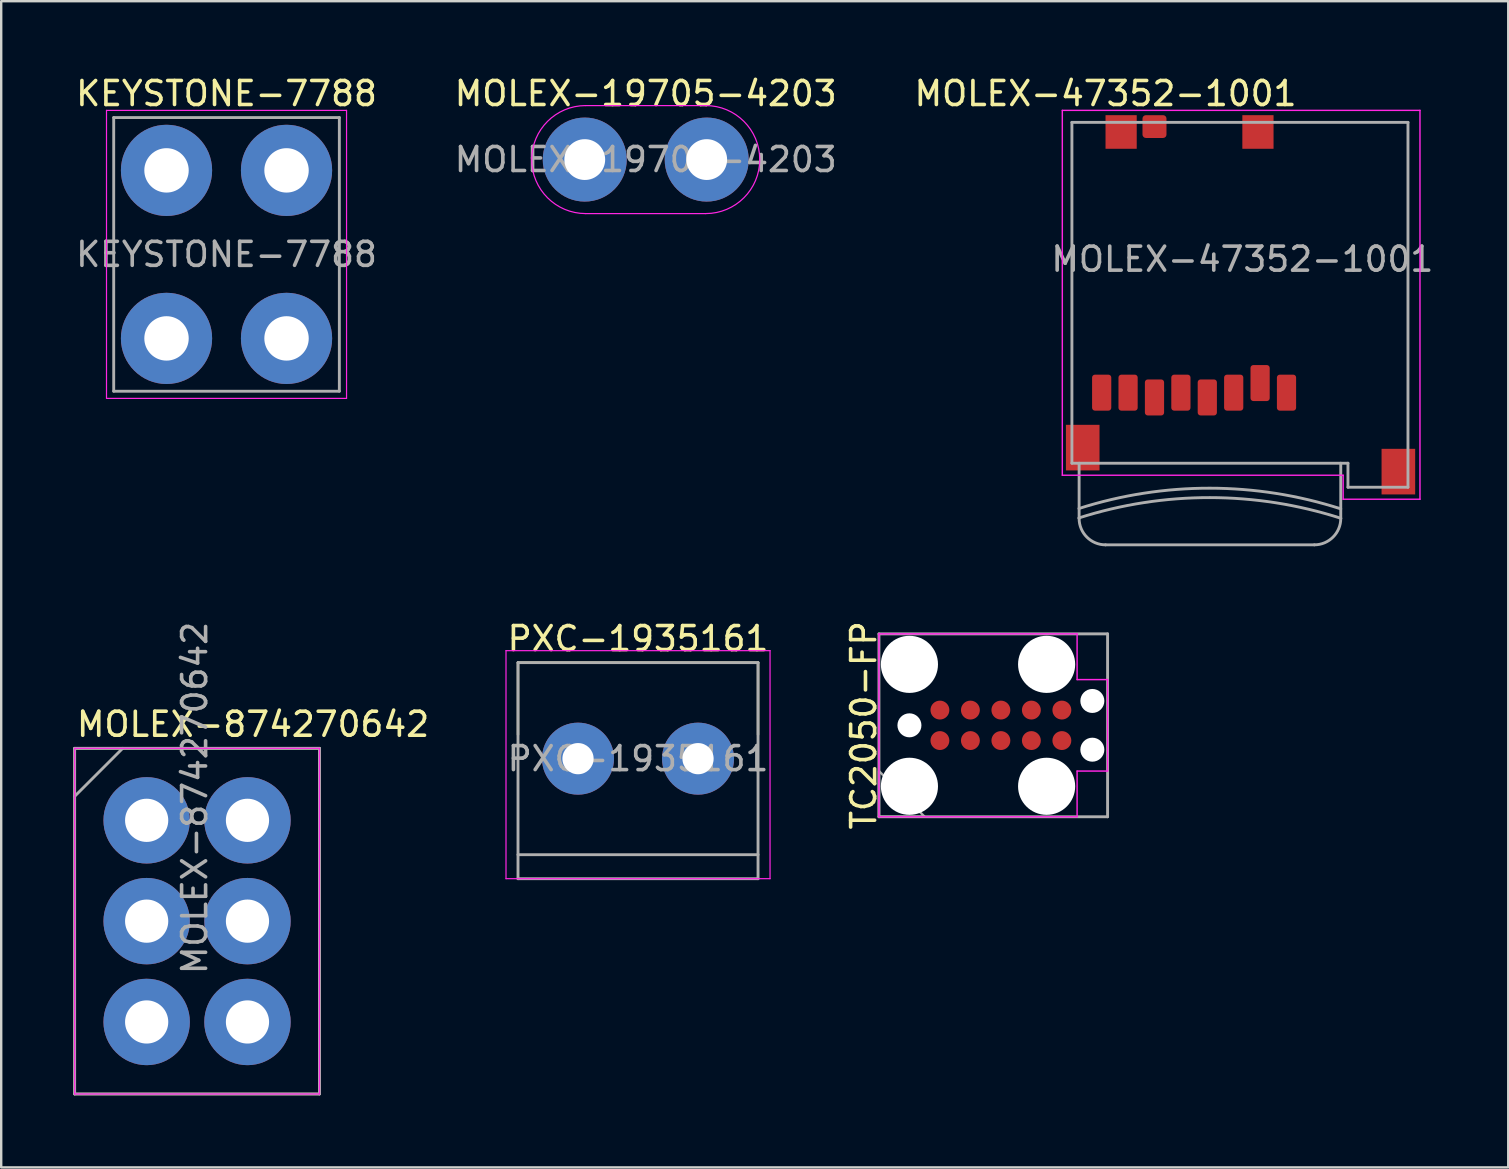
<source format=kicad_pcb>
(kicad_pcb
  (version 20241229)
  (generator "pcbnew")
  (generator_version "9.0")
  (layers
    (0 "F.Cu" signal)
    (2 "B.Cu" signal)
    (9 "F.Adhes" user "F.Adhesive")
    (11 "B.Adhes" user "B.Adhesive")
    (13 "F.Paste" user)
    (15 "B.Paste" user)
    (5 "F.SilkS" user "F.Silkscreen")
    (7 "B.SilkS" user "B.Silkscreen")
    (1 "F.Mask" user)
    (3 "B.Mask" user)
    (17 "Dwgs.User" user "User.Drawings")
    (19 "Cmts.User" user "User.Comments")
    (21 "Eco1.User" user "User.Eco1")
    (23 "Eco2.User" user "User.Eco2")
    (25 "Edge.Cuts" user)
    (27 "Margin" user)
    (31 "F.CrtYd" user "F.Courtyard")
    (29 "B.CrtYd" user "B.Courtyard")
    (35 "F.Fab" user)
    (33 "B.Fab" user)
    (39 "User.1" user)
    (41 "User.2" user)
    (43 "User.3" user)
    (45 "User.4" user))
  (footprint "MOLEX-19705-4203"
    (layer "F.Cu")
    (at 23.851 3.598)
    (property "Reference" "MOLEX-19705-4203" (at 0 -2.75 0) (layer "F.SilkS") (effects (font (size 1 1) (thickness 0.15))))
    (attr through_hole)
    (fp_line (start -2.5 2.25) (end 2.5 2.25) (stroke (width 0.05) (type solid)) (layer "F.CrtYd"))
    (fp_line (start 2.5 -2.25) (end -2.5 -2.25) (stroke (width 0.05) (type solid)) (layer "F.CrtYd"))
    (fp_arc (start -2.5 2.25) (mid -4.75 0) (end -2.5 -2.25) (stroke (width 0.05) (type solid)) (layer "F.CrtYd"))
    (fp_arc (start 2.5 -2.25) (mid 4.75 0) (end 2.5 2.25) (stroke (width 0.05) (type solid)) (layer "F.CrtYd"))
    (fp_text user "${REFERENCE}" (at 0 0 0) (layer "F.Fab") (effects (font (size 1 1) (thickness 0.15))))
    (pad "1" thru_hole circle (at -2.54 0) (size 3.5 3.5) (drill 1.7) (layers "*.Cu" "*.Mask"))
    (pad "1" thru_hole circle (at 2.54 0) (size 3.5 3.5) (drill 1.7) (layers "*.Cu" "*.Mask")))
  (footprint "MOLEX-47352-1001"
    (layer "F.Cu")
    (at 43.006 3.148)
    (property "Reference" "MOLEX-47352-1001" (at 0 -2.3 0) (layer "F.SilkS") (effects (font (size 1 1) (thickness 0.15))))
    (attr smd)
    (fp_line (start -1.8 -1.6) (end 13.1 -1.6) (stroke (width 0.06) (type solid)) (layer "F.CrtYd"))
    (fp_line (start -1.8 13.6) (end -1.8 -1.6) (stroke (width 0.06) (type solid)) (layer "F.CrtYd"))
    (fp_line (start 9.9 13.6) (end -1.8 13.6) (stroke (width 0.06) (type solid)) (layer "F.CrtYd"))
    (fp_line (start 9.9 14.6) (end 9.9 13.6) (stroke (width 0.06) (type solid)) (layer "F.CrtYd"))
    (fp_line (start 13.1 -1.6) (end 13.1 14.6) (stroke (width 0.06) (type solid)) (layer "F.CrtYd"))
    (fp_line (start 13.1 14.6) (end 9.9 14.6) (stroke (width 0.06) (type solid)) (layer "F.CrtYd"))
    (fp_line (start -1.4 -1.1) (end 12.6 -1.1) (stroke (width 0.12) (type solid)) (layer "F.Fab"))
    (fp_line (start -1.4 13.1) (end -1.4 -1.1) (stroke (width 0.12) (type solid)) (layer "F.Fab"))
    (fp_line (start -1.1 13.1) (end -1.1 15.4) (stroke (width 0.12) (type solid)) (layer "F.Fab"))
    (fp_line (start 8.7 16.5) (end 0 16.5) (stroke (width 0.12) (type solid)) (layer "F.Fab"))
    (fp_line (start 9.8 13.1) (end 9.8 15.4) (stroke (width 0.12) (type solid)) (layer "F.Fab"))
    (fp_line (start 10.1 13.1) (end -1.4 13.1) (stroke (width 0.12) (type solid)) (layer "F.Fab"))
    (fp_line (start 10.1 14.1) (end 10.1 13.1) (stroke (width 0.12) (type solid)) (layer "F.Fab"))
    (fp_line (start 12.6 -1.1) (end 12.6 14.1) (stroke (width 0.12) (type solid)) (layer "F.Fab"))
    (fp_line (start 12.6 14.1) (end 10.1 14.1) (stroke (width 0.12) (type solid)) (layer "F.Fab"))
    (fp_arc (start -1.106935 14.986289) (mid 4.347605 14.140172) (end 9.8 15) (stroke (width 0.12) (type solid)) (layer "F.Fab"))
    (fp_arc (start -1.106935 15.378278) (mid 4.347605 14.532161) (end 9.8 15.391989) (stroke (width 0.12) (type solid)) (layer "F.Fab"))
    (fp_arc (start 0 16.5) (mid -0.777817 16.177817) (end -1.1 15.4) (stroke (width 0.12) (type solid)) (layer "F.Fab"))
    (fp_arc (start 9.8 15.4) (mid 9.477817 16.177817) (end 8.7 16.5) (stroke (width 0.12) (type solid)) (layer "F.Fab"))
    (fp_text user "${REFERENCE}" (at 5.7 4.6 0) (layer "F.Fab") (effects (font (size 1 1) (thickness 0.15))))
    (pad "1" smd roundrect (at 7.54 10.16) (size 0.8 1.5) (layers "F.Cu" "F.Mask" "F.Paste") (roundrect_rratio 0.15))
    (pad "2" smd roundrect (at 6.44 9.76) (size 0.8 1.5) (layers "F.Cu" "F.Mask" "F.Paste") (roundrect_rratio 0.15))
    (pad "3" smd roundrect (at 5.34 10.16) (size 0.8 1.5) (layers "F.Cu" "F.Mask" "F.Paste") (roundrect_rratio 0.15))
    (pad "4" smd roundrect (at 4.24 10.36) (size 0.8 1.5) (layers "F.Cu" "F.Mask" "F.Paste") (roundrect_rratio 0.15))
    (pad "5" smd roundrect (at 3.14 10.16) (size 0.8 1.5) (layers "F.Cu" "F.Mask" "F.Paste") (roundrect_rratio 0.15))
    (pad "6" smd roundrect (at 2.04 10.36) (size 0.8 1.5) (layers "F.Cu" "F.Mask" "F.Paste") (roundrect_rratio 0.15))
    (pad "7" smd roundrect (at 0.94 10.16) (size 0.8 1.5) (layers "F.Cu" "F.Mask" "F.Paste") (roundrect_rratio 0.15))
    (pad "8" smd roundrect (at -0.16 10.16) (size 0.8 1.5) (layers "F.Cu" "F.Mask" "F.Paste") (roundrect_rratio 0.15))
    (pad "9" smd roundrect (at 2.04 -0.925) (size 1 0.95) (layers "F.Cu" "F.Mask" "F.Paste") (roundrect_rratio 0.15))
    (pad "SH" smd rect (at -0.95 12.45) (size 1.4 1.9) (layers "F.Cu" "F.Mask" "F.Paste"))
    (pad "SH" smd rect (at 0.65 -0.7) (size 1.3 1.4) (layers "F.Cu" "F.Mask" "F.Paste"))
    (pad "SH" smd rect (at 6.35 -0.7) (size 1.3 1.4) (layers "F.Cu" "F.Mask" "F.Paste"))
    (pad "SH" smd rect (at 12.2 13.45) (size 1.4 1.9) (layers "F.Cu" "F.Mask" "F.Paste")))
  (footprint "MOLEX-874270642"
    (layer "F.Cu")
    (at 3.06 31.125)
    (property "Reference" "MOLEX-874270642" (at -3 -4 0) (layer "F.SilkS") (effects (font (size 1 1) (thickness 0.15)) (justify left)))
    (attr through_hole)
    (fp_line (start -3 -3) (end 7.2 -3) (stroke (width 0.1) (type solid)) (layer "F.SilkS"))
    (fp_line (start -3 11.4) (end -3 -3) (stroke (width 0.1) (type solid)) (layer "F.SilkS"))
    (fp_line (start 7.2 -3) (end 7.2 11.4) (stroke (width 0.1) (type solid)) (layer "F.SilkS"))
    (fp_line (start 7.2 11.4) (end -3 11.4) (stroke (width 0.1) (type solid)) (layer "F.SilkS"))
    (fp_line (start -3 -3) (end 7.2 -3) (stroke (width 0.05) (type solid)) (layer "F.CrtYd"))
    (fp_line (start -3 11.4) (end -3 -3) (stroke (width 0.05) (type solid)) (layer "F.CrtYd"))
    (fp_line (start 7.2 -3) (end 7.2 11.4) (stroke (width 0.05) (type solid)) (layer "F.CrtYd"))
    (fp_line (start 7.2 11.4) (end -3 11.4) (stroke (width 0.05) (type solid)) (layer "F.CrtYd"))
    (fp_line (start -3 -3) (end -3 11.4) (stroke (width 0.12) (type solid)) (layer "F.Fab"))
    (fp_line (start -3 11.4) (end 7.2 11.4) (stroke (width 0.12) (type solid)) (layer "F.Fab"))
    (fp_line (start -1 -3) (end -3 -1) (stroke (width 0.12) (type solid)) (layer "F.Fab"))
    (fp_line (start 7.2 -3) (end -3 -3) (stroke (width 0.12) (type solid)) (layer "F.Fab"))
    (fp_line (start 7.2 11.4) (end 7.2 -3) (stroke (width 0.12) (type solid)) (layer "F.Fab"))
    (fp_text user "${REFERENCE}" (at 2 6.5 90) (layer "F.Fab") (effects (font (size 1 1) (thickness 0.15)) (justify left)))
    (pad "1" thru_hole circle (at 0 0) (size 3.6 3.6) (drill 1.8) (layers "*.Cu" "*.Mask"))
    (pad "2" thru_hole circle (at 4.2 0) (size 3.6 3.6) (drill 1.8) (layers "*.Cu" "*.Mask"))
    (pad "3" thru_hole circle (at 0 4.2) (size 3.6 3.6) (drill 1.8) (layers "*.Cu" "*.Mask"))
    (pad "4" thru_hole circle (at 4.2 4.2) (size 3.6 3.6) (drill 1.8) (layers "*.Cu" "*.Mask"))
    (pad "5" thru_hole circle (at 0 8.4) (size 3.6 3.6) (drill 1.8) (layers "*.Cu" "*.Mask"))
    (pad "6" thru_hole circle (at 4.2 8.4) (size 3.6 3.6) (drill 1.8) (layers "*.Cu" "*.Mask")))
  (footprint "PXC-1935161"
    (layer "F.Cu")
    (at 23.53 28.556)
    (property "Reference" "PXC-1935161" (at 0 -5 0) (layer "F.SilkS") (effects (font (size 1 1) (thickness 0.15))))
    (attr through_hole)
    (fp_line (start -5 -4) (end 5 -4) (stroke (width 0.1) (type solid)) (layer "F.SilkS"))
    (fp_line (start -5 -1) (end -5 -4) (stroke (width 0.1) (type solid)) (layer "F.SilkS"))
    (fp_line (start 5 -4) (end 5 -1) (stroke (width 0.1) (type solid)) (layer "F.SilkS"))
    (fp_line (start -5.5 -4.5) (end -5.5 5) (stroke (width 0.05) (type solid)) (layer "F.CrtYd"))
    (fp_line (start -5.5 5) (end 5.5 5) (stroke (width 0.05) (type solid)) (layer "F.CrtYd"))
    (fp_line (start 5.5 -4.5) (end -5.5 -4.5) (stroke (width 0.05) (type solid)) (layer "F.CrtYd"))
    (fp_line (start 5.5 5) (end 5.5 -4.5) (stroke (width 0.05) (type solid)) (layer "F.CrtYd"))
    (fp_line (start -5 -4) (end -5 5) (stroke (width 0.12) (type solid)) (layer "F.Fab"))
    (fp_line (start -5 5) (end 5 5) (stroke (width 0.12) (type solid)) (layer "F.Fab"))
    (fp_line (start 5 -4) (end -5 -4) (stroke (width 0.12) (type solid)) (layer "F.Fab"))
    (fp_line (start 5 4) (end -5 4) (stroke (width 0.12) (type solid)) (layer "F.Fab"))
    (fp_line (start 5 5) (end 5 -4) (stroke (width 0.12) (type solid)) (layer "F.Fab"))
    (fp_text user "${REFERENCE}" (at 0 0 0) (layer "F.Fab") (effects (font (size 1 1) (thickness 0.15))))
    (pad "1" thru_hole circle (at -2.5 0) (size 3 3) (drill 1.3) (layers "*.Cu" "*.Mask"))
    (pad "2" thru_hole circle (at 2.5 0) (size 3 3) (drill 1.3) (layers "*.Cu" "*.Mask")))
  (footprint "KEYSTONE-7788"
    (layer "F.Cu")
    (at 6.387 7.548)
    (property "Reference" "KEYSTONE-7788" (at 0 -6.7 0) (layer "F.SilkS") (effects (font (size 1 1) (thickness 0.15))))
    (attr through_hole)
    (fp_line (start -5 -6) (end 5 -6) (stroke (width 0.05) (type solid)) (layer "F.CrtYd"))
    (fp_line (start -5 6) (end -5 -6) (stroke (width 0.05) (type solid)) (layer "F.CrtYd"))
    (fp_line (start 5 -6) (end 5 6) (stroke (width 0.05) (type solid)) (layer "F.CrtYd"))
    (fp_line (start 5 6) (end -5 6) (stroke (width 0.05) (type solid)) (layer "F.CrtYd"))
    (fp_line (start -4.7 -5.7) (end 4.7 -5.7) (stroke (width 0.12) (type solid)) (layer "F.Fab"))
    (fp_line (start -4.7 5.7) (end -4.7 -5.7) (stroke (width 0.12) (type solid)) (layer "F.Fab"))
    (fp_line (start 4.7 -5.7) (end 4.7 5.7) (stroke (width 0.12) (type solid)) (layer "F.Fab"))
    (fp_line (start 4.7 5.7) (end -4.7 5.7) (stroke (width 0.12) (type solid)) (layer "F.Fab"))
    (fp_text user "${REFERENCE}" (at 0 0 0) (layer "F.Fab") (effects (font (size 1 1) (thickness 0.15))))
    (pad "1" thru_hole circle (at -2.5 -3.5) (size 3.8 3.8) (drill 1.85) (layers "*.Cu" "*.Mask"))
    (pad "1" thru_hole circle (at -2.5 3.5) (size 3.8 3.8) (drill 1.85) (layers "*.Cu" "*.Mask"))
    (pad "1" thru_hole circle (at 2.5 -3.5) (size 3.8 3.8) (drill 1.85) (layers "*.Cu" "*.Mask"))
    (pad "1" thru_hole circle (at 2.5 3.5) (size 3.8 3.8) (drill 1.85) (layers "*.Cu" "*.Mask")))
  (footprint "TC2050-FP"
    (layer "F.Cu")
    (at 34.837 27.167)
    (property "Reference" "TC2050-FP" (at -1.905 0 90) (layer "F.SilkS") (effects (font (size 1 1) (thickness 0.15))))
    (attr smd)
    (fp_line (start -1.27 -3.81) (end -1.27 3.81) (stroke (width 0.06) (type solid)) (layer "F.CrtYd"))
    (fp_line (start -1.27 3.81) (end 6.985 3.81) (stroke (width 0.06) (type solid)) (layer "F.CrtYd"))
    (fp_line (start 6.985 -3.81) (end -1.27 -3.81) (stroke (width 0.06) (type solid)) (layer "F.CrtYd"))
    (fp_line (start 6.985 -1.905) (end 6.985 -3.81) (stroke (width 0.06) (type solid)) (layer "F.CrtYd"))
    (fp_line (start 6.985 1.905) (end 8.255 1.905) (stroke (width 0.06) (type solid)) (layer "F.CrtYd"))
    (fp_line (start 6.985 3.81) (end 6.985 1.905) (stroke (width 0.06) (type solid)) (layer "F.CrtYd"))
    (fp_line (start 8.255 -1.905) (end 6.985 -1.905) (stroke (width 0.06) (type solid)) (layer "F.CrtYd"))
    (fp_line (start 8.255 1.905) (end 8.255 -1.905) (stroke (width 0.06) (type solid)) (layer "F.CrtYd"))
    (fp_line (start -1.27 -3.81) (end -1.27 3.81) (stroke (width 0.12) (type solid)) (layer "F.Fab"))
    (fp_line (start -1.27 3.81) (end 8.255 3.81) (stroke (width 0.12) (type solid)) (layer "F.Fab"))
    (fp_line (start 8.255 -3.81) (end -1.27 -3.81) (stroke (width 0.12) (type solid)) (layer "F.Fab"))
    (fp_line (start 8.255 3.81) (end 8.255 -3.81) (stroke (width 0.12) (type solid)) (layer "F.Fab"))
    (fp_poly (pts (xy 0.635 3.81) (xy -1.27 3.81) (xy -1.27 1.905)) (stroke (width 0.1) (type solid)) (fill no) (layer "F.Fab"))
    (pad "" np_thru_hole circle (at 0 -2.54) (size 2.38 2.38) (drill 2.38) (layers "*.Cu" "*.Mask"))
    (pad "" np_thru_hole circle (at 0 0) (size 1 1) (drill 1) (layers "*.Cu" "*.Mask"))
    (pad "" np_thru_hole circle (at 0 2.54) (size 2.38 2.38) (drill 2.38) (layers "*.Cu" "*.Mask"))
    (pad "" np_thru_hole circle (at 5.715 -2.54) (size 2.38 2.38) (drill 2.38) (layers "*.Cu" "*.Mask"))
    (pad "" np_thru_hole circle (at 5.715 2.54) (size 2.38 2.38) (drill 2.38) (layers "*.Cu" "*.Mask"))
    (pad "" np_thru_hole circle (at 7.62 -1.015) (size 1 1) (drill 1) (layers "*.Cu" "*.Mask"))
    (pad "" np_thru_hole circle (at 7.62 1.015) (size 1 1) (drill 1) (layers "*.Cu" "*.Mask"))
    (pad "1" smd circle (at 1.27 0.635) (size 0.787 0.787) (layers "F.Cu" "F.Mask"))
    (pad "2" smd circle (at 2.54 0.635) (size 0.787 0.787) (layers "F.Cu" "F.Mask"))
    (pad "3" smd circle (at 3.81 0.635) (size 0.787 0.787) (layers "F.Cu" "F.Mask"))
    (pad "4" smd circle (at 5.08 0.635) (size 0.787 0.787) (layers "F.Cu" "F.Mask"))
    (pad "5" smd circle (at 6.35 0.635) (size 0.787 0.787) (layers "F.Cu" "F.Mask"))
    (pad "6" smd circle (at 6.35 -0.635) (size 0.787 0.787) (layers "F.Cu" "F.Mask"))
    (pad "7" smd circle (at 5.08 -0.635) (size 0.787 0.787) (layers "F.Cu" "F.Mask"))
    (pad "8" smd circle (at 3.81 -0.635) (size 0.787 0.787) (layers "F.Cu" "F.Mask"))
    (pad "9" smd circle (at 2.54 -0.635) (size 0.787 0.787) (layers "F.Cu" "F.Mask"))
    (pad "10" smd circle (at 1.27 -0.635) (size 0.787 0.787) (layers "F.Cu" "F.Mask")))
  (gr_rect
    (start -3 -3)
    (end 59.783 45.585)
    (stroke (width 0.1) (type default))
    (fill no)
    (layer "Edge.Cuts")))
</source>
